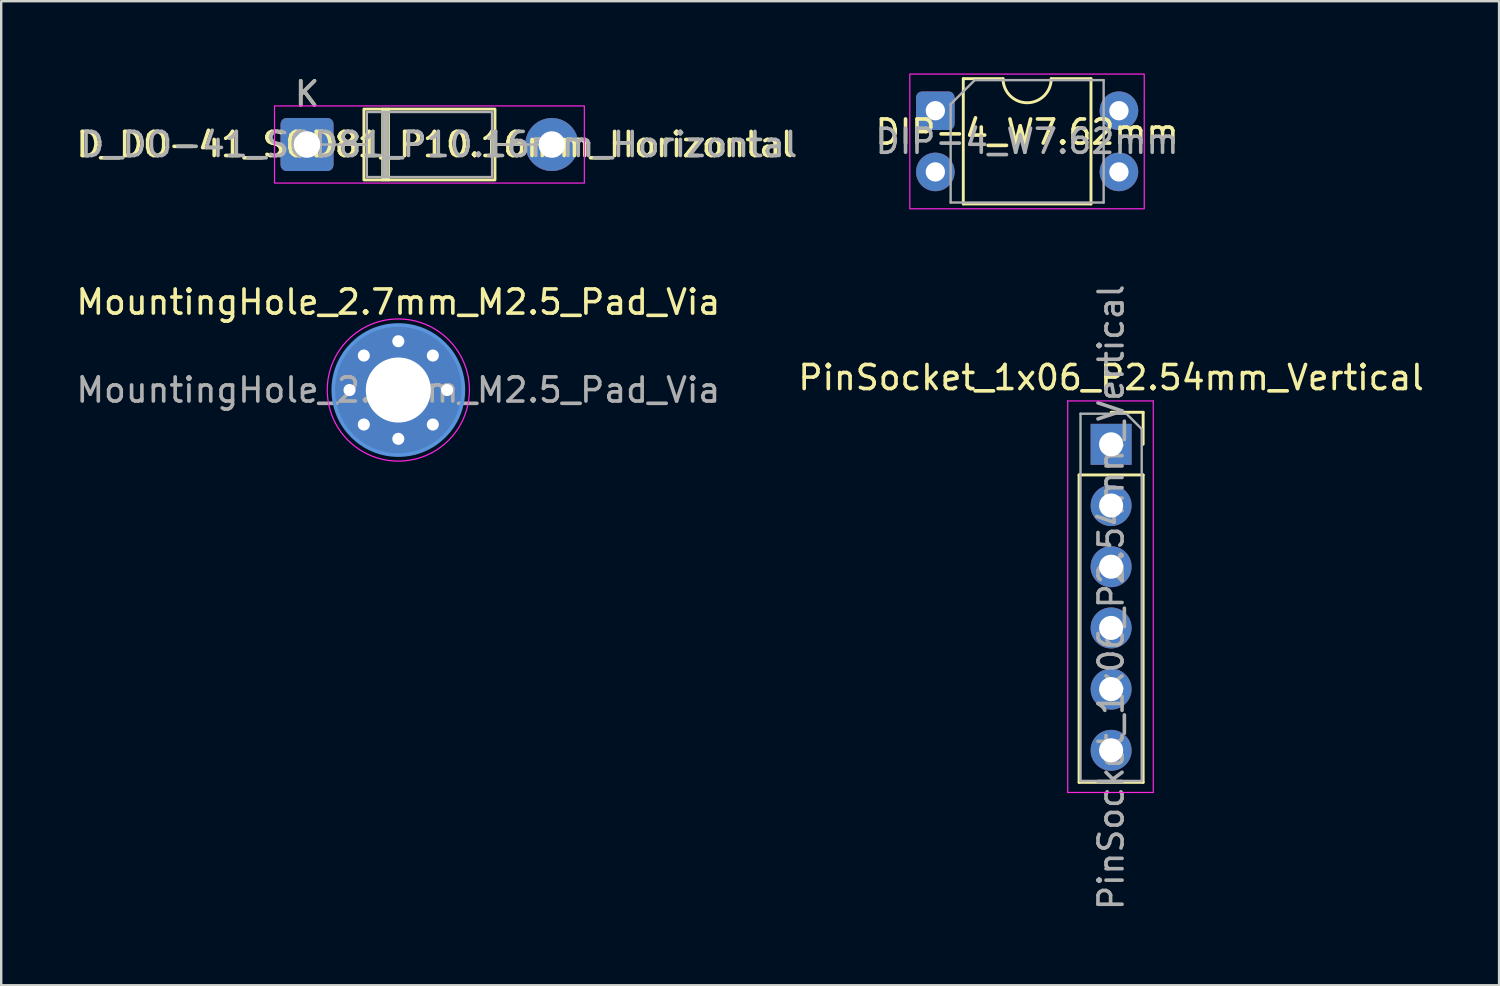
<source format=kicad_pcb>
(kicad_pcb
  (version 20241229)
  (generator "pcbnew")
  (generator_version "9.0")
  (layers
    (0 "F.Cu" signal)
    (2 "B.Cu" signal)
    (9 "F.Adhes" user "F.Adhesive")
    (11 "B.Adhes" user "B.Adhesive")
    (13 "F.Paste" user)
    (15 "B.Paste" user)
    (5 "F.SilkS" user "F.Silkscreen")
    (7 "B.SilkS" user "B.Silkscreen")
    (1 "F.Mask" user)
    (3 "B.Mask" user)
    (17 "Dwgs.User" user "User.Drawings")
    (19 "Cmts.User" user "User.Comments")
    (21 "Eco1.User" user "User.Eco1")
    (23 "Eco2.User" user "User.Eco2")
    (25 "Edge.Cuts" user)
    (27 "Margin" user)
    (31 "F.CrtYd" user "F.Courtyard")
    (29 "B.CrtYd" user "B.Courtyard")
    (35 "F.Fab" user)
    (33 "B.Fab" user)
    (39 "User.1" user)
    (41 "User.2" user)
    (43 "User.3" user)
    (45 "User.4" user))
  (footprint "MountingHole_2.7mm_M2.5_Pad_Via"
    (layer "F.Cu")
    (at 13.482 13.138)
    (property "Reference" "MountingHole_2.7mm_M2.5_Pad_Via" (at 0 -3.65 0) (layer "F.SilkS") (effects (font (size 1 1) (thickness 0.15))))
    (attr exclude_from_pos_files exclude_from_bom)
    (fp_circle (center 0 0) (end 2.7 0) (stroke (width 0.15) (type solid)) (fill no) (layer "Cmts.User"))
    (fp_circle (center 0 0) (end 2.95 0) (stroke (width 0.05) (type solid)) (fill no) (layer "F.CrtYd"))
    (fp_text user "${REFERENCE}" (at 0 0 0) (layer "F.Fab") (effects (font (size 1 1) (thickness 0.15))))
    (pad "1" thru_hole circle (at -2.025 0) (size 0.8 0.8) (drill 0.5) (layers "*.Cu" "*.Mask"))
    (pad "1" thru_hole circle (at -1.432 -1.432) (size 0.8 0.8) (drill 0.5) (layers "*.Cu" "*.Mask"))
    (pad "1" thru_hole circle (at -1.432 1.432) (size 0.8 0.8) (drill 0.5) (layers "*.Cu" "*.Mask"))
    (pad "1" thru_hole circle (at 0 -2.025) (size 0.8 0.8) (drill 0.5) (layers "*.Cu" "*.Mask"))
    (pad "1" thru_hole circle (at 0 0) (size 5.4 5.4) (drill 2.7) (layers "*.Cu" "*.Mask"))
    (pad "1" thru_hole circle (at 0 2.025) (size 0.8 0.8) (drill 0.5) (layers "*.Cu" "*.Mask"))
    (pad "1" thru_hole circle (at 1.432 -1.432) (size 0.8 0.8) (drill 0.5) (layers "*.Cu" "*.Mask"))
    (pad "1" thru_hole circle (at 1.432 1.432) (size 0.8 0.8) (drill 0.5) (layers "*.Cu" "*.Mask"))
    (pad "1" thru_hole circle (at 2.025 0) (size 0.8 0.8) (drill 0.5) (layers "*.Cu" "*.Mask")))
  (footprint "DIP-4_W7.62mm"
    (layer "F.Cu")
    (at 35.77 1.545)
    (property "Reference" "DIP-4_W7.62mm" (at 3.81 0.888 0) (layer "F.SilkS") (effects (font (size 1 1) (thickness 0.15))))
    (attr through_hole)
    (fp_line (start 1.16 -1.33) (end 1.16 3.87) (stroke (width 0.12) (type solid)) (layer "F.SilkS"))
    (fp_line (start 1.16 3.87) (end 6.46 3.87) (stroke (width 0.12) (type solid)) (layer "F.SilkS"))
    (fp_line (start 2.81 -1.33) (end 1.16 -1.33) (stroke (width 0.12) (type solid)) (layer "F.SilkS"))
    (fp_line (start 6.46 -1.33) (end 4.81 -1.33) (stroke (width 0.12) (type solid)) (layer "F.SilkS"))
    (fp_line (start 6.46 3.87) (end 6.46 -1.33) (stroke (width 0.12) (type solid)) (layer "F.SilkS"))
    (fp_arc (start 4.81 -1.33) (mid 3.81 -0.33) (end 2.81 -1.33) (stroke (width 0.12) (type solid)) (layer "F.SilkS"))
    (fp_rect (start -1.06 -1.52) (end 8.67 4.07) (stroke (width 0.05) (type solid)) (fill no) (layer "F.CrtYd"))
    (fp_line (start 0.635 -0.27) (end 1.635 -1.27) (stroke (width 0.1) (type solid)) (layer "F.Fab"))
    (fp_line (start 0.635 3.81) (end 0.635 -0.27) (stroke (width 0.1) (type solid)) (layer "F.Fab"))
    (fp_line (start 1.635 -1.27) (end 6.985 -1.27) (stroke (width 0.1) (type solid)) (layer "F.Fab"))
    (fp_line (start 6.985 -1.27) (end 6.985 3.81) (stroke (width 0.1) (type solid)) (layer "F.Fab"))
    (fp_line (start 6.985 3.81) (end 0.635 3.81) (stroke (width 0.1) (type solid)) (layer "F.Fab"))
    (fp_text user "${REFERENCE}" (at 3.81 1.27 0) (layer "F.Fab") (effects (font (size 1 1) (thickness 0.15))))
    (pad "1" thru_hole roundrect (at 0 0) (size 1.6 1.6) (drill 0.8) (layers "*.Cu" "*.Mask") (roundrect_rratio 0.156))
    (pad "2" thru_hole circle (at 0 2.54) (size 1.6 1.6) (drill 0.8) (layers "*.Cu" "*.Mask"))
    (pad "3" thru_hole circle (at 7.62 2.54) (size 1.6 1.6) (drill 0.8) (layers "*.Cu" "*.Mask"))
    (pad "4" thru_hole circle (at 7.62 0) (size 1.6 1.6) (drill 0.8) (layers "*.Cu" "*.Mask")))
  (footprint "PinSocket_1x06_P2.54mm_Vertical"
    (layer "F.Cu")
    (at 43.065 15.391)
    (property "Reference" "PinSocket_1x06_P2.54mm_Vertical" (at 0 -2.77 0) (layer "F.SilkS") (effects (font (size 1 1) (thickness 0.15))))
    (attr through_hole)
    (fp_line (start -1.33 1.27) (end -1.33 14.03) (stroke (width 0.12) (type solid)) (layer "F.SilkS"))
    (fp_line (start -1.33 1.27) (end 1.33 1.27) (stroke (width 0.12) (type solid)) (layer "F.SilkS"))
    (fp_line (start -1.33 14.03) (end 1.33 14.03) (stroke (width 0.12) (type solid)) (layer "F.SilkS"))
    (fp_line (start 0 -1.33) (end 1.33 -1.33) (stroke (width 0.12) (type solid)) (layer "F.SilkS"))
    (fp_line (start 1.33 -1.33) (end 1.33 0) (stroke (width 0.12) (type solid)) (layer "F.SilkS"))
    (fp_line (start 1.33 1.27) (end 1.33 14.03) (stroke (width 0.12) (type solid)) (layer "F.SilkS"))
    (fp_line (start -1.8 -1.8) (end 1.75 -1.8) (stroke (width 0.05) (type solid)) (layer "F.CrtYd"))
    (fp_line (start -1.8 14.45) (end -1.8 -1.8) (stroke (width 0.05) (type solid)) (layer "F.CrtYd"))
    (fp_line (start 1.75 -1.8) (end 1.75 14.45) (stroke (width 0.05) (type solid)) (layer "F.CrtYd"))
    (fp_line (start 1.75 14.45) (end -1.8 14.45) (stroke (width 0.05) (type solid)) (layer "F.CrtYd"))
    (fp_line (start -1.27 -1.27) (end 0.635 -1.27) (stroke (width 0.1) (type solid)) (layer "F.Fab"))
    (fp_line (start -1.27 13.97) (end -1.27 -1.27) (stroke (width 0.1) (type solid)) (layer "F.Fab"))
    (fp_line (start 0.635 -1.27) (end 1.27 -0.635) (stroke (width 0.1) (type solid)) (layer "F.Fab"))
    (fp_line (start 1.27 -0.635) (end 1.27 13.97) (stroke (width 0.1) (type solid)) (layer "F.Fab"))
    (fp_line (start 1.27 13.97) (end -1.27 13.97) (stroke (width 0.1) (type solid)) (layer "F.Fab"))
    (fp_text user "${REFERENCE}" (at 0 6.35 90) (layer "F.Fab") (effects (font (size 1 1) (thickness 0.15))))
    (pad "1" thru_hole rect (at 0 0) (size 1.7 1.7) (drill 1) (layers "*.Cu" "*.Mask"))
    (pad "2" thru_hole circle (at 0 2.54) (size 1.7 1.7) (drill 1) (layers "*.Cu" "*.Mask"))
    (pad "3" thru_hole circle (at 0 5.08) (size 1.7 1.7) (drill 1) (layers "*.Cu" "*.Mask"))
    (pad "4" thru_hole circle (at 0 7.62) (size 1.7 1.7) (drill 1) (layers "*.Cu" "*.Mask"))
    (pad "5" thru_hole circle (at 0 10.16) (size 1.7 1.7) (drill 1) (layers "*.Cu" "*.Mask"))
    (pad "6" thru_hole circle (at 0 12.7) (size 1.7 1.7) (drill 1) (layers "*.Cu" "*.Mask")))
  (footprint "D_DO-41_SOD81_P10.16mm_Horizontal"
    (layer "F.Cu")
    (at 9.693 2.948)
    (property "Reference" "D_DO-41_SOD81_P10.16mm_Horizontal" (at 5.313 0.001 0) (layer "F.SilkS") (effects (font (size 1 1) (thickness 0.15))))
    (attr through_hole)
    (fp_line (start 1.34 0) (end 2.36 0) (stroke (width 0.12) (type solid)) (layer "F.SilkS"))
    (fp_line (start 3.14 -1.47) (end 3.14 1.47) (stroke (width 0.12) (type solid)) (layer "F.SilkS"))
    (fp_line (start 3.26 -1.47) (end 3.26 1.47) (stroke (width 0.12) (type solid)) (layer "F.SilkS"))
    (fp_line (start 3.38 -1.47) (end 3.38 1.47) (stroke (width 0.12) (type solid)) (layer "F.SilkS"))
    (fp_line (start 8.82 0) (end 7.8 0) (stroke (width 0.12) (type solid)) (layer "F.SilkS"))
    (fp_rect (start 2.36 -1.47) (end 7.8 1.47) (stroke (width 0.12) (type solid)) (fill no) (layer "F.SilkS"))
    (fp_rect (start -1.35 -1.6) (end 11.51 1.6) (stroke (width 0.05) (type solid)) (fill no) (layer "F.CrtYd"))
    (fp_line (start 0 0) (end 2.48 0) (stroke (width 0.1) (type solid)) (layer "F.Fab"))
    (fp_line (start 3.16 -1.35) (end 3.16 1.35) (stroke (width 0.1) (type solid)) (layer "F.Fab"))
    (fp_line (start 3.26 -1.35) (end 3.26 1.35) (stroke (width 0.1) (type solid)) (layer "F.Fab"))
    (fp_line (start 3.36 -1.35) (end 3.36 1.35) (stroke (width 0.1) (type solid)) (layer "F.Fab"))
    (fp_line (start 10.16 0) (end 7.68 0) (stroke (width 0.1) (type solid)) (layer "F.Fab"))
    (fp_rect (start 2.48 -1.35) (end 7.68 1.35) (stroke (width 0.1) (type solid)) (fill no) (layer "F.Fab"))
    (fp_text user "K" (at 0 -2.1 0) (layer "F.SilkS") (effects (font (size 1 1) (thickness 0.15))))
    (fp_text user "${REFERENCE}" (at 5.47 0 0) (layer "F.Fab") (effects (font (size 1 1) (thickness 0.15))))
    (fp_text user "K" (at 0 -2.1 0) (layer "F.Fab") (effects (font (size 1 1) (thickness 0.15))))
    (pad "1" thru_hole roundrect (at 0 0) (size 2.2 2.2) (drill 1.1) (layers "*.Cu" "*.Mask") (roundrect_rratio 0.114))
    (pad "2" thru_hole circle (at 10.16 0) (size 2.2 2.2) (drill 1.1) (layers "*.Cu" "*.Mask")))
  (gr_rect
    (start -3 -3)
    (end 59.167 37.842)
    (stroke (width 0.1) (type default))
    (fill no)
    (layer "Edge.Cuts")))
</source>
